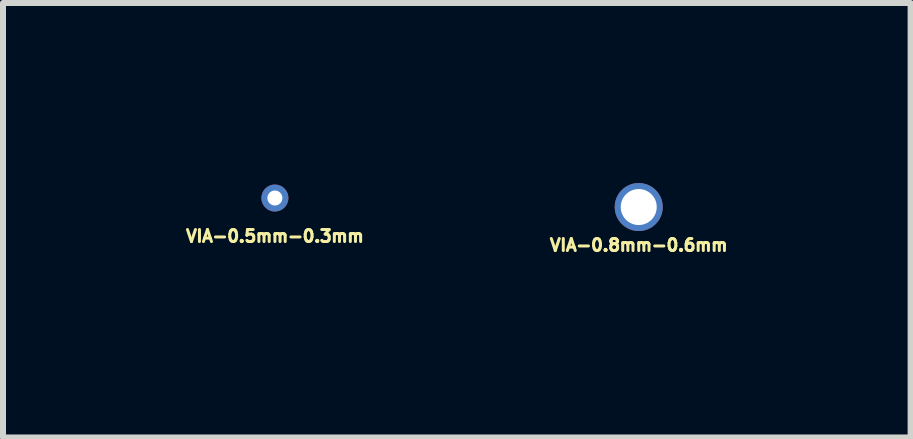
<source format=kicad_pcb>
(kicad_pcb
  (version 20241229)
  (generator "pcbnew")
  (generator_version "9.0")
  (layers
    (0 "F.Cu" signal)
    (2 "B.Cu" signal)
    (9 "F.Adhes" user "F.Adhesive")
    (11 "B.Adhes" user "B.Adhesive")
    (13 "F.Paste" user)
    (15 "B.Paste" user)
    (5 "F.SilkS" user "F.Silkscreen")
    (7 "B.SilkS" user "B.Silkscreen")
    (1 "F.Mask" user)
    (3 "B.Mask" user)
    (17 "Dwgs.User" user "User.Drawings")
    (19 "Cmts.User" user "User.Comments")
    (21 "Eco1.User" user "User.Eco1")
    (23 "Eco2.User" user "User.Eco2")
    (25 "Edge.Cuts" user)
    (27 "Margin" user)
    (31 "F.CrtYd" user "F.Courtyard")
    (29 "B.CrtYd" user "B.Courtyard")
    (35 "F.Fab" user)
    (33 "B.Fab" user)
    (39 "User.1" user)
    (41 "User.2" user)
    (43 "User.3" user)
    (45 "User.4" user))
  (footprint "VIA-0.8mm-0.6mm"
    (layer "F.Cu")
    (at 7.594 0.4)
    (property "Reference" "VIA-0.8mm-0.6mm" (at 0 0.635 0) (layer "F.SilkS") (effects (font (size 0.2 0.2) (thickness 0.05))))
    (attr through_hole board_only exclude_from_pos_files exclude_from_bom)
    (pad "1" thru_hole circle (at 0 0) (size 0.8 0.8) (drill 0.6) (layers "*.Cu")))
  (footprint "VIA-0.5mm-0.3mm"
    (layer "F.Cu")
    (at 1.531 0.25)
    (property "Reference" "VIA-0.5mm-0.3mm" (at 0 0.635 0) (layer "F.SilkS") (effects (font (size 0.2 0.2) (thickness 0.05))))
    (attr through_hole board_only exclude_from_pos_files exclude_from_bom)
    (pad "1" thru_hole circle (at 0 0) (size 0.45 0.45) (drill 0.25) (layers "*.Cu")))
  (gr_rect
    (start -3 -3)
    (end 12.125 4.24)
    (stroke (width 0.1) (type default))
    (fill no)
    (layer "Edge.Cuts")))
</source>
